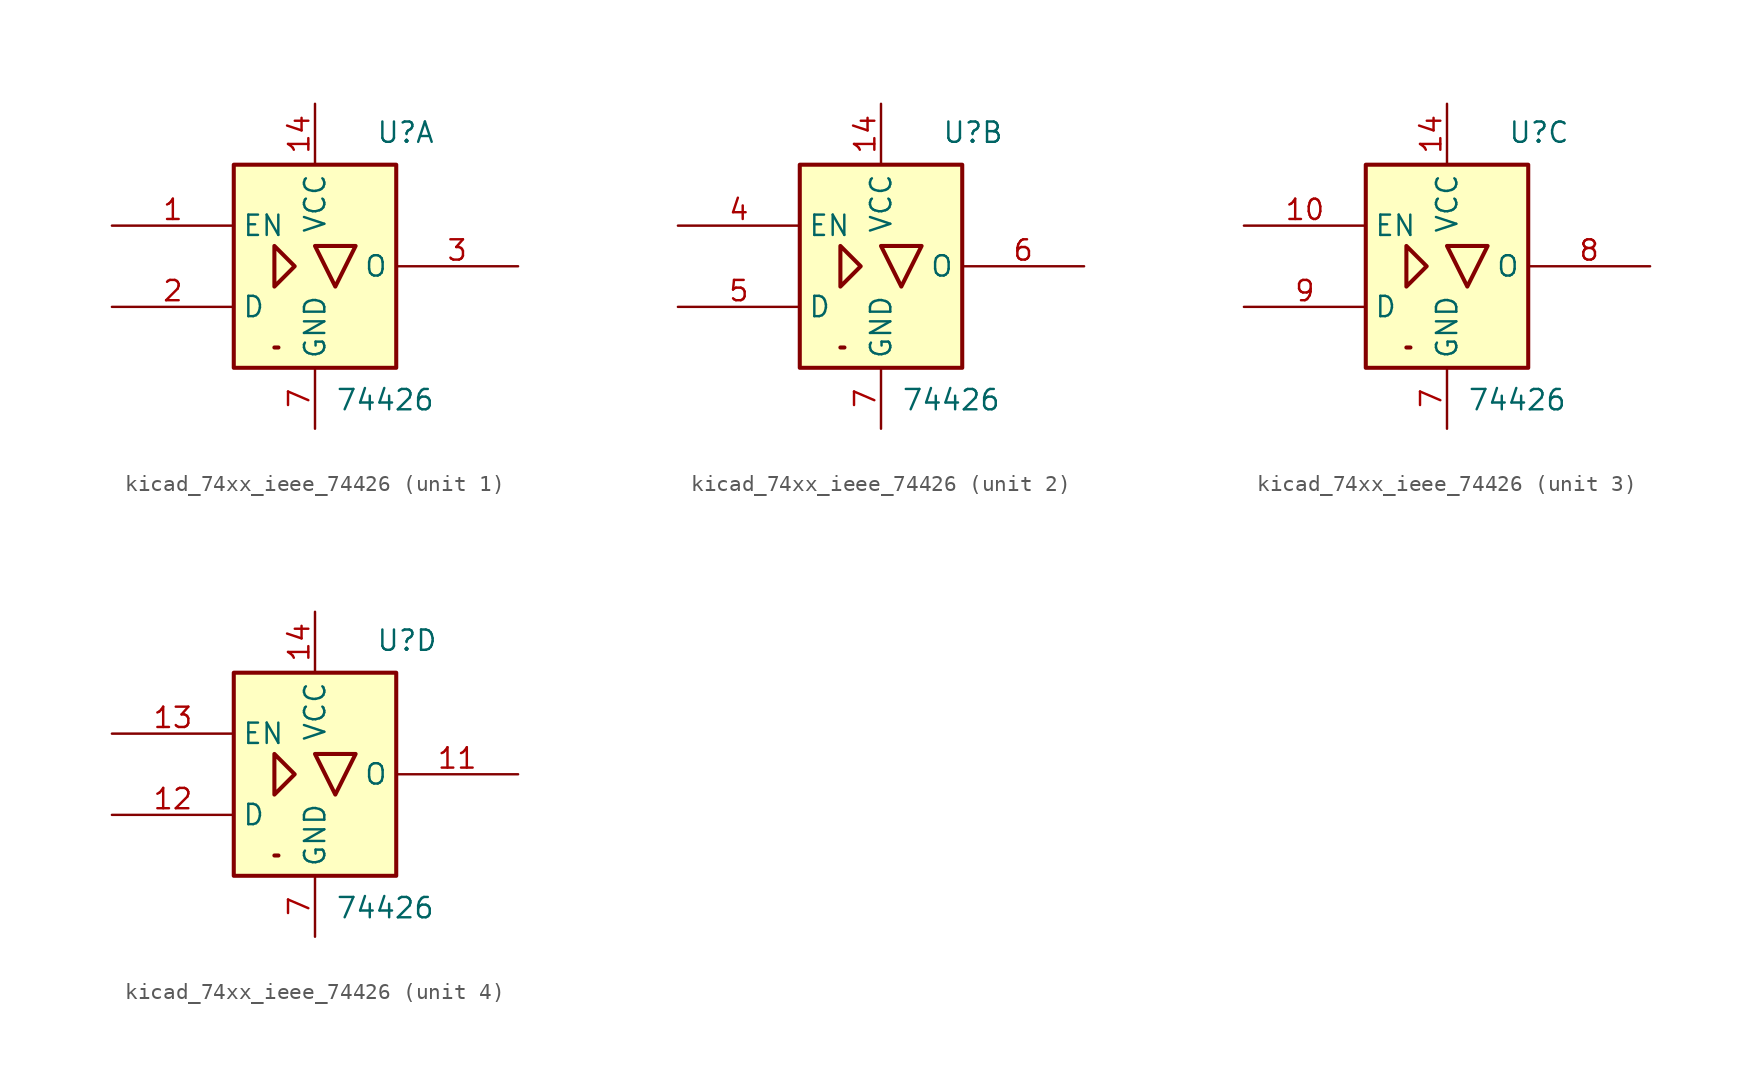
<source format=kicad_sym>
(kicad_symbol_lib
  (version 20220914)
  (generator kicad_symbol_editor)
  (symbol "kicad_74xx_ieee_74426"
    (property "Reference" "U"
      (at 3.81 7.62 0)
      (effects (font (size 1.27 1.27)) (justify left bottom)))
    (property "Value" "74426"
      (at 1.27 -7.62 0)
      (effects (font (size 1.27 1.27)) (justify left top)))
    (symbol "kicad_74xx_ieee_74426_0_0"
      (rectangle (start -2.286 -5.08) (end -2.54 -5.08) (stroke (width 0.254) (type default)) (fill (type background)))
      (pin power_in line (at 0 10.16 270) (length 3.81) (name "VCC" (effects (font (size 1.27 1.27)))) (number "14" (effects (font (size 1.27 1.27)))))
      (pin power_in line (at 0 -10.16 90) (length 3.81) (name "GND" (effects (font (size 1.27 1.27)))) (number "7" (effects (font (size 1.27 1.27))))))
    (symbol "kicad_74xx_ieee_74426_0_1"
      (rectangle (start -5.08 6.35) (end 5.08 -6.35) (stroke (width 0.254) (type default)) (fill (type background)))
      (polyline (pts (xy -2.54 1.27) (xy -2.54 -1.27) (xy -1.27 0) (xy -2.54 1.27) (xy -2.54 1.27)) (stroke (width 0.254) (type default)) (fill (type background)))
      (polyline (pts (xy 0 1.27) (xy 2.54 1.27) (xy 1.27 -1.27) (xy 0 1.27) (xy 0 1.27)) (stroke (width 0.254) (type default)) (fill (type background))))
    (symbol "kicad_74xx_ieee_74426_1_0"
      (pin input line (at -12.7 2.54 0) (length 7.62) (name "EN" (effects (font (size 1.27 1.27)))) (number "1" (effects (font (size 1.27 1.27))))))
    (symbol "kicad_74xx_ieee_74426_1_1"
      (pin input line (at -12.7 -2.54 0) (length 7.62) (name "D" (effects (font (size 1.27 1.27)))) (number "2" (effects (font (size 1.27 1.27)))))
      (pin tri_state line (at 12.7 0 180) (length 7.62) (name "O" (effects (font (size 1.27 1.27)))) (number "3" (effects (font (size 1.27 1.27))))))
    (symbol "kicad_74xx_ieee_74426_2_0"
      (pin input line (at -12.7 2.54 0) (length 7.62) (name "EN" (effects (font (size 1.27 1.27)))) (number "4" (effects (font (size 1.27 1.27))))))
    (symbol "kicad_74xx_ieee_74426_2_1"
      (pin input line (at -12.7 -2.54 0) (length 7.62) (name "D" (effects (font (size 1.27 1.27)))) (number "5" (effects (font (size 1.27 1.27)))))
      (pin tri_state line (at 12.7 0 180) (length 7.62) (name "O" (effects (font (size 1.27 1.27)))) (number "6" (effects (font (size 1.27 1.27))))))
    (symbol "kicad_74xx_ieee_74426_3_0"
      (pin input line (at -12.7 2.54 0) (length 7.62) (name "EN" (effects (font (size 1.27 1.27)))) (number "10" (effects (font (size 1.27 1.27))))))
    (symbol "kicad_74xx_ieee_74426_3_1"
      (pin tri_state line (at 12.7 0 180) (length 7.62) (name "O" (effects (font (size 1.27 1.27)))) (number "8" (effects (font (size 1.27 1.27)))))
      (pin input line (at -12.7 -2.54 0) (length 7.62) (name "D" (effects (font (size 1.27 1.27)))) (number "9" (effects (font (size 1.27 1.27))))))
    (symbol "kicad_74xx_ieee_74426_4_0"
      (pin input line (at -12.7 2.54 0) (length 7.62) (name "EN" (effects (font (size 1.27 1.27)))) (number "13" (effects (font (size 1.27 1.27))))))
    (symbol "kicad_74xx_ieee_74426_4_1"
      (pin tri_state line (at 12.7 0 180) (length 7.62) (name "O" (effects (font (size 1.27 1.27)))) (number "11" (effects (font (size 1.27 1.27)))))
      (pin input line (at -12.7 -2.54 0) (length 7.62) (name "D" (effects (font (size 1.27 1.27)))) (number "12" (effects (font (size 1.27 1.27))))))))
</source>
